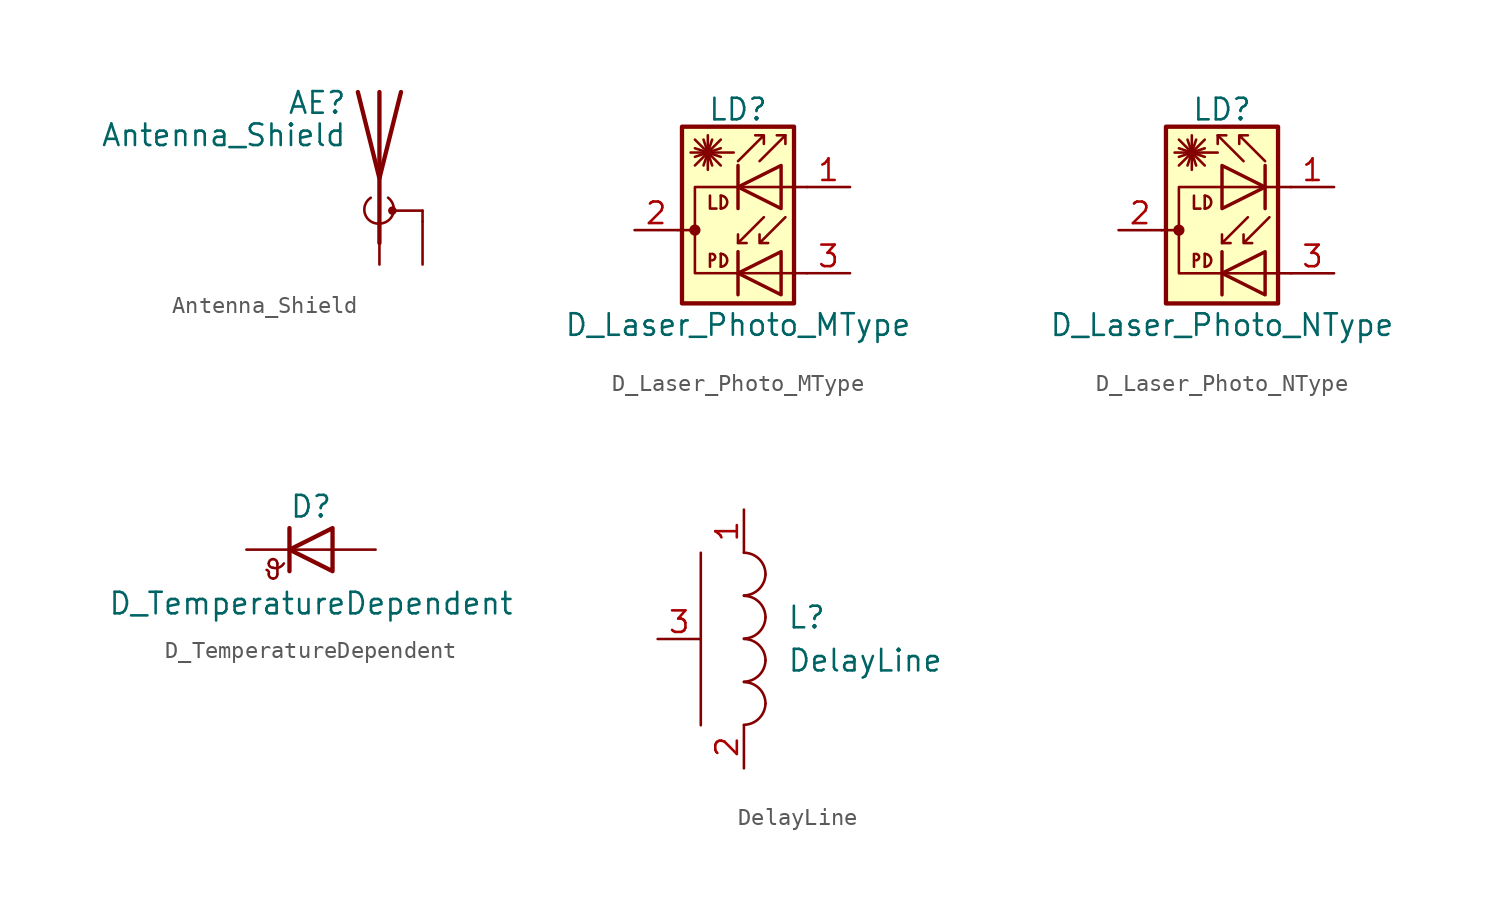
<source format=kicad_sym>
(kicad_symbol_lib
  (version 20211014)
  (generator kicad_symbol_editor)
  (symbol "Antenna_Shield"
    (pin_numbers hide)
    (pin_names
      (offset 1.016) hide)
    (property "Reference" "AE"
      (at -1.905 4.445 0)
      (effects (font (size 1.27 1.27)) (justify right)))
    (property "Value" "Antenna_Shield"
      (at -1.905 2.54 0)
      (effects (font (size 1.27 1.27)) (justify right)))
    (symbol "Antenna_Shield_0_1"
      (arc (start -0.508 -1.143) (mid -0.8429 -2.1194) (end 0 -2.667) (stroke (width 0) (type default) (color 0 0 0 0)) (fill (type none)))
      (arc (start 0 -2.667) (mid 0.7989 -2.1052) (end 0.508 -1.143) (stroke (width 0) (type default) (color 0 0 0 0)) (fill (type none)))
      (polyline (pts (xy 0 -2.54) (xy 0 0)) (stroke (width 0) (type default) (color 0 0 0 0)) (fill (type none)))
      (polyline (pts (xy 0 5.08) (xy 0 -3.81)) (stroke (width 0.254) (type default) (color 0 0 0 0)) (fill (type none)))
      (polyline (pts (xy 0.762 -1.905) (xy 2.54 -1.905)) (stroke (width 0) (type default) (color 0 0 0 0)) (fill (type none)))
      (polyline (pts (xy 2.54 -2.54) (xy 2.54 -1.905)) (stroke (width 0) (type default) (color 0 0 0 0)) (fill (type none)))
      (polyline (pts (xy 1.27 5.08) (xy 0 0) (xy -1.27 5.08)) (stroke (width 0.254) (type default) (color 0 0 0 0)) (fill (type none)))
      (circle (center 0.762 -1.905) (radius 0.178) (stroke (width 0) (type default) (color 0 0 0 0)) (fill (type outline))))
    (symbol "Antenna_Shield_1_1"
      (pin input line (at 0 -5.08 90) (length 2.54) (name "A" (effects (font (size 1.27 1.27)))) (number "1" (effects (font (size 1.27 1.27)))))
      (pin input line (at 2.54 -5.08 90) (length 2.54) (name "Shield" (effects (font (size 1.27 1.27)))) (number "2" (effects (font (size 1.27 1.27)))))))
  (symbol "D_Laser_Photo_MType"
    (pin_names hide)
    (property "Reference" "LD"
      (at 1.016 7.112 0)
      (effects (font (size 1.27 1.27))))
    (property "Value" "D_Laser_Photo_MType"
      (at 1.016 -5.588 0)
      (effects (font (size 1.27 1.27))))
    (symbol "D_Laser_Photo_MType_0_1"
      (circle (center -1.524 0) (radius 0.254) (stroke (width 0) (type default) (color 0 0 0 0)) (fill (type outline)))
      (arc (start -0.508 -1.778) (mid -0.3302 -1.6002) (end -0.508 -1.397) (stroke (width 0) (type default) (color 0 0 0 0)) (fill (type none)))
      (arc (start 0 -2.159) (mid 0.381 -1.778) (end 0 -1.397) (stroke (width 0) (type default) (color 0 0 0 0)) (fill (type none)))
      (polyline (pts (xy -2.54 0) (xy -1.524 0)) (stroke (width 0) (type default) (color 0 0 0 0)) (fill (type none)))
      (polyline (pts (xy -1.524 3.81) (xy 0 5.334)) (stroke (width 0) (type default) (color 0 0 0 0)) (fill (type none)))
      (polyline (pts (xy -1.524 4.318) (xy 0 4.826)) (stroke (width 0) (type default) (color 0 0 0 0)) (fill (type none)))
      (polyline (pts (xy -1.524 4.826) (xy 0 4.318)) (stroke (width 0) (type default) (color 0 0 0 0)) (fill (type none)))
      (polyline (pts (xy -1.524 5.334) (xy 0 3.81)) (stroke (width 0) (type default) (color 0 0 0 0)) (fill (type none)))
      (polyline (pts (xy -1.016 5.334) (xy -0.508 3.81)) (stroke (width 0) (type default) (color 0 0 0 0)) (fill (type none)))
      (polyline (pts (xy -0.762 4.572) (xy -0.762 3.556)) (stroke (width 0) (type default) (color 0 0 0 0)) (fill (type none)))
      (polyline (pts (xy -0.762 4.572) (xy -0.762 5.588)) (stroke (width 0) (type default) (color 0 0 0 0)) (fill (type none)))
      (polyline (pts (xy -0.635 -1.397) (xy -0.635 -2.159)) (stroke (width 0) (type default) (color 0 0 0 0)) (fill (type none)))
      (polyline (pts (xy -0.508 5.334) (xy -1.016 3.81)) (stroke (width 0) (type default) (color 0 0 0 0)) (fill (type none)))
      (polyline (pts (xy 0 -1.397) (xy 0 -2.159)) (stroke (width 0) (type default) (color 0 0 0 0)) (fill (type none)))
      (polyline (pts (xy 0 2.032) (xy 0 1.27)) (stroke (width 0) (type default) (color 0 0 0 0)) (fill (type none)))
      (polyline (pts (xy 0.762 4.572) (xy -1.778 4.572)) (stroke (width 0) (type default) (color 0 0 0 0)) (fill (type none)))
      (polyline (pts (xy 1.016 -1.27) (xy 1.016 -3.81)) (stroke (width 0.203) (type default) (color 0 0 0 0)) (fill (type none)))
      (polyline (pts (xy 1.016 -0.762) (xy 1.524 -0.762)) (stroke (width 0) (type default) (color 0 0 0 0)) (fill (type none)))
      (polyline (pts (xy 1.016 3.81) (xy 1.016 1.27)) (stroke (width 0.203) (type default) (color 0 0 0 0)) (fill (type none)))
      (polyline (pts (xy 3.81 5.588) (xy 3.302 5.588)) (stroke (width 0) (type default) (color 0 0 0 0)) (fill (type none)))
      (polyline (pts (xy -0.635 2.032) (xy -0.635 1.27) (xy -0.254 1.27)) (stroke (width 0) (type default) (color 0 0 0 0)) (fill (type none)))
      (polyline (pts (xy 2.286 4.064) (xy 3.81 5.588) (xy 3.81 5.08)) (stroke (width 0) (type default) (color 0 0 0 0)) (fill (type none)))
      (polyline (pts (xy 2.54 0.762) (xy 1.016 -0.762) (xy 1.016 -0.254)) (stroke (width 0) (type default) (color 0 0 0 0)) (fill (type none)))
      (polyline (pts (xy 3.556 -1.27) (xy 3.556 -3.81) (xy 1.016 -2.54) (xy 3.556 -1.27)) (stroke (width 0.203) (type default) (color 0 0 0 0)) (fill (type none)))
      (polyline (pts (xy 3.556 3.81) (xy 3.556 1.27) (xy 1.016 2.54) (xy 3.556 3.81)) (stroke (width 0.203) (type default) (color 0 0 0 0)) (fill (type none)))
      (polyline (pts (xy 5.08 2.54) (xy -1.524 2.54) (xy -1.524 -2.54) (xy 5.08 -2.54)) (stroke (width 0) (type default) (color 0 0 0 0)) (fill (type none)))
      (polyline (pts (xy 1.016 4.064) (xy 2.54 5.588) (xy 2.54 5.08) (xy 2.54 5.588) (xy 2.032 5.588)) (stroke (width 0) (type default) (color 0 0 0 0)) (fill (type none)))
      (polyline (pts (xy 3.81 0.762) (xy 2.286 -0.762) (xy 2.286 -0.254) (xy 2.286 -0.762) (xy 2.794 -0.762)) (stroke (width 0) (type default) (color 0 0 0 0)) (fill (type none)))
      (arc (start 0 1.27) (mid 0.381 1.651) (end 0 2.032) (stroke (width 0) (type default) (color 0 0 0 0)) (fill (type none)))
      (rectangle (start 4.318 6.096) (end -2.286 -4.318) (stroke (width 0.254) (type default) (color 0 0 0 0)) (fill (type background))))
    (symbol "D_Laser_Photo_MType_1_1"
      (pin passive line (at 7.62 2.54 180) (length 2.54) (name "~" (effects (font (size 1.27 1.27)))) (number "1" (effects (font (size 1.27 1.27)))))
      (pin passive line (at -5.08 0 0) (length 2.54) (name "~" (effects (font (size 1.27 1.27)))) (number "2" (effects (font (size 1.27 1.27)))))
      (pin passive line (at 7.62 -2.54 180) (length 2.54) (name "~" (effects (font (size 1.27 1.27)))) (number "3" (effects (font (size 1.27 1.27)))))))
  (symbol "D_Laser_Photo_NType"
    (pin_names hide)
    (property "Reference" "LD"
      (at 1.016 7.112 0)
      (effects (font (size 1.27 1.27))))
    (property "Value" "D_Laser_Photo_NType"
      (at 1.016 -5.588 0)
      (effects (font (size 1.27 1.27))))
    (symbol "D_Laser_Photo_NType_0_1"
      (circle (center -1.524 0) (radius 0.254) (stroke (width 0) (type default) (color 0 0 0 0)) (fill (type outline)))
      (arc (start -0.508 -1.778) (mid -0.3302 -1.6002) (end -0.508 -1.397) (stroke (width 0) (type default) (color 0 0 0 0)) (fill (type none)))
      (arc (start 0 -2.159) (mid 0.381 -1.778) (end 0 -1.397) (stroke (width 0) (type default) (color 0 0 0 0)) (fill (type none)))
      (polyline (pts (xy -2.54 0) (xy -1.524 0)) (stroke (width 0) (type default) (color 0 0 0 0)) (fill (type none)))
      (polyline (pts (xy -1.524 3.81) (xy 0 5.334)) (stroke (width 0) (type default) (color 0 0 0 0)) (fill (type none)))
      (polyline (pts (xy -1.524 4.318) (xy 0 4.826)) (stroke (width 0) (type default) (color 0 0 0 0)) (fill (type none)))
      (polyline (pts (xy -1.524 4.826) (xy 0 4.318)) (stroke (width 0) (type default) (color 0 0 0 0)) (fill (type none)))
      (polyline (pts (xy -1.524 5.334) (xy 0 3.81)) (stroke (width 0) (type default) (color 0 0 0 0)) (fill (type none)))
      (polyline (pts (xy -1.016 5.334) (xy -0.508 3.81)) (stroke (width 0) (type default) (color 0 0 0 0)) (fill (type none)))
      (polyline (pts (xy -0.762 4.572) (xy -0.762 3.556)) (stroke (width 0) (type default) (color 0 0 0 0)) (fill (type none)))
      (polyline (pts (xy -0.762 4.572) (xy -0.762 5.588)) (stroke (width 0) (type default) (color 0 0 0 0)) (fill (type none)))
      (polyline (pts (xy -0.635 -1.397) (xy -0.635 -2.159)) (stroke (width 0) (type default) (color 0 0 0 0)) (fill (type none)))
      (polyline (pts (xy -0.508 5.334) (xy -1.016 3.81)) (stroke (width 0) (type default) (color 0 0 0 0)) (fill (type none)))
      (polyline (pts (xy 0 -1.397) (xy 0 -2.159)) (stroke (width 0) (type default) (color 0 0 0 0)) (fill (type none)))
      (polyline (pts (xy 0 2.032) (xy 0 1.27)) (stroke (width 0) (type default) (color 0 0 0 0)) (fill (type none)))
      (polyline (pts (xy 0.762 4.572) (xy -1.778 4.572)) (stroke (width 0) (type default) (color 0 0 0 0)) (fill (type none)))
      (polyline (pts (xy 0.762 5.588) (xy 1.27 5.588)) (stroke (width 0) (type default) (color 0 0 0 0)) (fill (type none)))
      (polyline (pts (xy 1.016 -1.27) (xy 1.016 -3.81)) (stroke (width 0.203) (type default) (color 0 0 0 0)) (fill (type none)))
      (polyline (pts (xy 1.016 -0.762) (xy 1.524 -0.762)) (stroke (width 0) (type default) (color 0 0 0 0)) (fill (type none)))
      (polyline (pts (xy 3.556 3.81) (xy 3.556 1.27)) (stroke (width 0.203) (type default) (color 0 0 0 0)) (fill (type none)))
      (polyline (pts (xy -0.635 2.032) (xy -0.635 1.27) (xy -0.254 1.27)) (stroke (width 0) (type default) (color 0 0 0 0)) (fill (type none)))
      (polyline (pts (xy 2.286 4.064) (xy 0.762 5.588) (xy 0.762 5.08)) (stroke (width 0) (type default) (color 0 0 0 0)) (fill (type none)))
      (polyline (pts (xy 2.54 0.762) (xy 1.016 -0.762) (xy 1.016 -0.254)) (stroke (width 0) (type default) (color 0 0 0 0)) (fill (type none)))
      (polyline (pts (xy 3.556 -1.27) (xy 3.556 -3.81) (xy 1.016 -2.54) (xy 3.556 -1.27)) (stroke (width 0.203) (type default) (color 0 0 0 0)) (fill (type none)))
      (polyline (pts (xy 5.08 2.54) (xy -1.524 2.54) (xy -1.524 -2.54) (xy 5.08 -2.54)) (stroke (width 0) (type default) (color 0 0 0 0)) (fill (type none)))
      (polyline (pts (xy 3.556 4.064) (xy 2.032 5.588) (xy 2.032 5.08) (xy 2.032 5.588) (xy 2.54 5.588)) (stroke (width 0) (type default) (color 0 0 0 0)) (fill (type none)))
      (polyline (pts (xy 3.81 0.762) (xy 2.286 -0.762) (xy 2.286 -0.254) (xy 2.286 -0.762) (xy 2.794 -0.762)) (stroke (width 0) (type default) (color 0 0 0 0)) (fill (type none)))
      (arc (start 0 1.27) (mid 0.381 1.651) (end 0 2.032) (stroke (width 0) (type default) (color 0 0 0 0)) (fill (type none)))
      (rectangle (start 4.318 6.096) (end -2.286 -4.318) (stroke (width 0.254) (type default) (color 0 0 0 0)) (fill (type background))))
    (symbol "D_Laser_Photo_NType_1_1"
      (polyline (pts (xy 1.016 3.81) (xy 1.016 1.27) (xy 3.556 2.54) (xy 1.016 3.81)) (stroke (width 0.203) (type default) (color 0 0 0 0)) (fill (type none)))
      (pin passive line (at 7.62 2.54 180) (length 2.54) (name "~" (effects (font (size 1.27 1.27)))) (number "1" (effects (font (size 1.27 1.27)))))
      (pin passive line (at -5.08 0 0) (length 2.54) (name "~" (effects (font (size 1.27 1.27)))) (number "2" (effects (font (size 1.27 1.27)))))
      (pin passive line (at 7.62 -2.54 180) (length 2.54) (name "~" (effects (font (size 1.27 1.27)))) (number "3" (effects (font (size 1.27 1.27)))))))
  (symbol "D_TemperatureDependent"
    (pin_numbers hide)
    (pin_names
      (offset 1.016) hide)
    (property "Reference" "D"
      (at 0 2.54 0)
      (effects (font (size 1.27 1.27))))
    (property "Value" "D_TemperatureDependent"
      (at 0 -3.175 0)
      (effects (font (size 1.27 1.27))))
    (symbol "D_TemperatureDependent_0_1"
      (arc (start -2.4892 -1.4478) (mid -2.4907 -1.2925) (end -2.6162 -1.1938) (stroke (width 0) (type default) (color 0 0 0 0)) (fill (type none)))
      (arc (start -2.4892 -1.4478) (mid -2.4148 -1.6274) (end -2.2352 -1.7018) (stroke (width 0) (type default) (color 0 0 0 0)) (fill (type none)))
      (arc (start -2.4892 -0.8128) (mid -2.4148 -0.9924) (end -2.2352 -1.0668) (stroke (width 0) (type default) (color 0 0 0 0)) (fill (type none)))
      (arc (start -2.2352 -1.7018) (mid -2.0556 -1.6274) (end -1.9812 -1.4478) (stroke (width 0) (type default) (color 0 0 0 0)) (fill (type none)))
      (arc (start -2.2352 -1.0668) (mid -1.8805 -1.0481) (end -1.6002 -0.8128) (stroke (width 0) (type default) (color 0 0 0 0)) (fill (type none)))
      (arc (start -2.2352 -0.5588) (mid -2.4148 -0.6332) (end -2.4892 -0.8128) (stroke (width 0) (type default) (color 0 0 0 0)) (fill (type none)))
      (arc (start -1.9812 -0.8128) (mid -2.0556 -0.6332) (end -2.2352 -0.5588) (stroke (width 0) (type default) (color 0 0 0 0)) (fill (type none)))
      (polyline (pts (xy -1.981 -1.422) (xy -1.981 -0.813)) (stroke (width 0) (type default) (color 0 0 0 0)) (fill (type none)))
      (polyline (pts (xy -1.27 1.27) (xy -1.27 -1.27)) (stroke (width 0.254) (type default) (color 0 0 0 0)) (fill (type none)))
      (polyline (pts (xy 1.27 0) (xy -1.27 0)) (stroke (width 0) (type default) (color 0 0 0 0)) (fill (type none)))
      (polyline (pts (xy 1.27 -1.27) (xy 1.27 1.27) (xy -1.27 0) (xy 1.27 -1.27)) (stroke (width 0.254) (type default) (color 0 0 0 0)) (fill (type none))))
    (symbol "D_TemperatureDependent_1_1"
      (pin passive line (at -3.81 0 0) (length 2.54) (name "K" (effects (font (size 1.27 1.27)))) (number "1" (effects (font (size 1.27 1.27)))))
      (pin passive line (at 3.81 0 180) (length 2.54) (name "A" (effects (font (size 1.27 1.27)))) (number "2" (effects (font (size 1.27 1.27)))))))
  (symbol "DelayLine"
    (pin_names
      (offset 1.016) hide)
    (property "Reference" "L"
      (at 2.54 1.27 0)
      (effects (font (size 1.27 1.27)) (justify left)))
    (property "Value" "DelayLine"
      (at 2.54 -1.27 0)
      (effects (font (size 1.27 1.27)) (justify left)))
    (symbol "DelayLine_0_1"
      (arc (start 0 -5.0546) (mid 0.8801 -4.6901) (end 1.27 -3.81) (stroke (width 0) (type default) (color 0 0 0 0)) (fill (type none)))
      (arc (start 0 -2.5146) (mid 0.8801 -2.1501) (end 1.27 -1.27) (stroke (width 0) (type default) (color 0 0 0 0)) (fill (type none)))
      (polyline (pts (xy -2.54 5.08) (xy -2.54 -5.08)) (stroke (width 0) (type default) (color 0 0 0 0)) (fill (type none)))
      (arc (start 0 0.0254) (mid 0.8801 0.3899) (end 1.27 1.27) (stroke (width 0) (type default) (color 0 0 0 0)) (fill (type none)))
      (arc (start 0 2.5654) (mid 0.8801 2.9299) (end 1.27 3.81) (stroke (width 0) (type default) (color 0 0 0 0)) (fill (type none)))
      (arc (start 1.27 -3.81) (mid 0.898 -2.912) (end 0 -2.54) (stroke (width 0) (type default) (color 0 0 0 0)) (fill (type none)))
      (arc (start 1.27 -1.27) (mid 0.898 -0.372) (end 0 0) (stroke (width 0) (type default) (color 0 0 0 0)) (fill (type none)))
      (arc (start 1.27 1.27) (mid 0.898 2.168) (end 0 2.54) (stroke (width 0) (type default) (color 0 0 0 0)) (fill (type none)))
      (arc (start 1.27 3.81) (mid 0.898 4.708) (end 0 5.08) (stroke (width 0) (type default) (color 0 0 0 0)) (fill (type none))))
    (symbol "DelayLine_1_1"
      (pin passive line (at 0 7.62 270) (length 2.54) (name "1" (effects (font (size 1.27 1.27)))) (number "1" (effects (font (size 1.27 1.27)))))
      (pin passive line (at 0 -7.62 90) (length 2.54) (name "2" (effects (font (size 1.27 1.27)))) (number "2" (effects (font (size 1.27 1.27)))))
      (pin input line (at -5.08 0 0) (length 2.54) (name "COMMUN" (effects (font (size 1.27 1.27)))) (number "3" (effects (font (size 1.27 1.27))))))))
</source>
